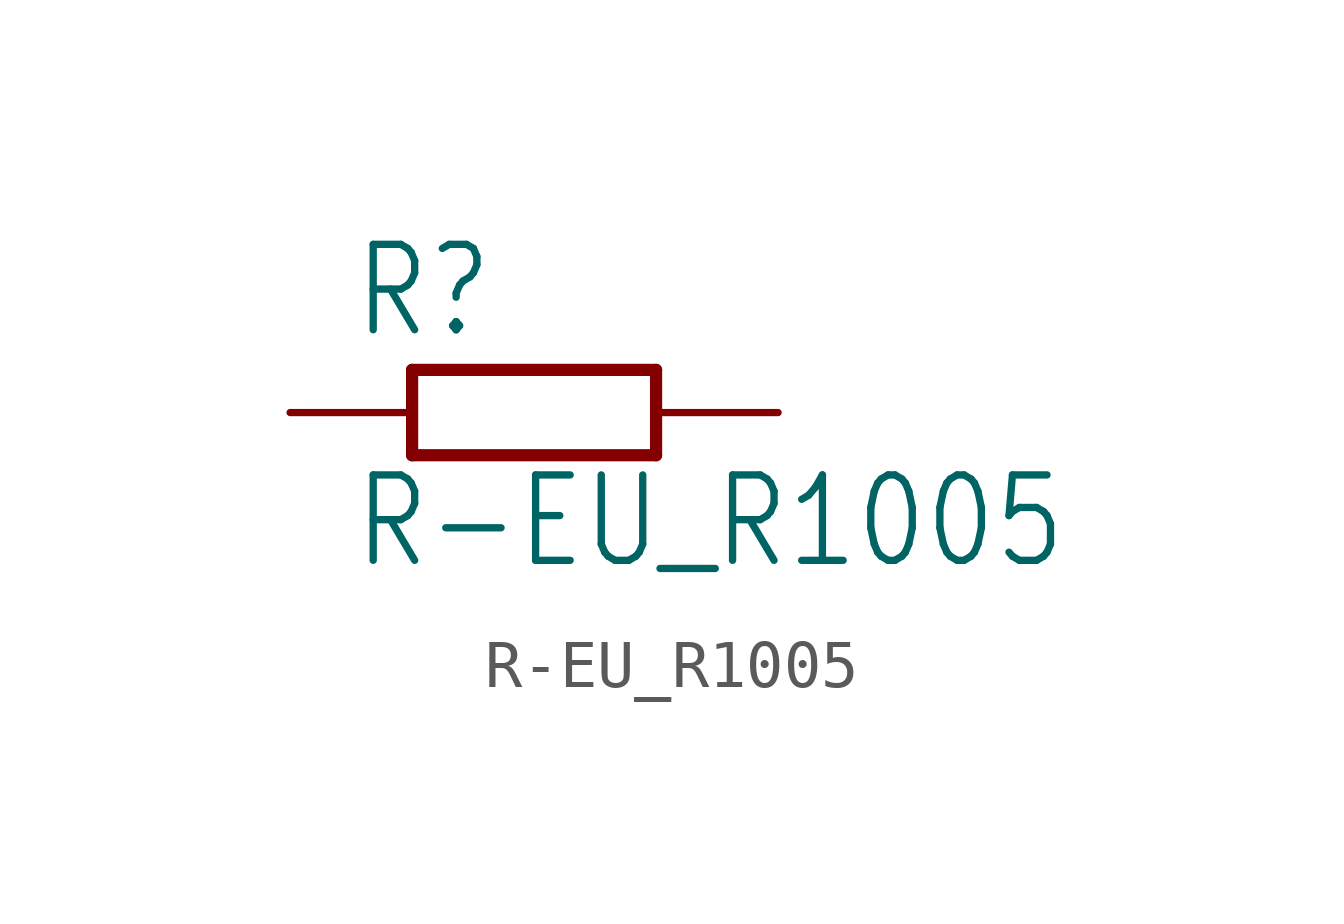
<source format=kicad_sym>
(kicad_symbol_lib
  (version 20211014)
  (generator kicad_symbol_editor)
  (symbol "R-EU_R1005"
    (property "Reference" "R"
      (at -3.81 1.499 0)
      (effects (font (size 1.778 1.511)) (justify left bottom)))
    (property "Value" "R-EU_R1005"
      (at -3.81 -3.302 0)
      (effects (font (size 1.778 1.511)) (justify left bottom)))
    (property "ki_locked" ""
      (at 0 0 0)
      (effects (font (size 1.27 1.27))))
    (symbol "R-EU_R1005_1_0"
      (polyline (pts (xy -2.54 -0.889) (xy -2.54 0.889)) (stroke (width 0.254) (type default) (color 0 0 0 0)) (fill (type none)))
      (polyline (pts (xy -2.54 -0.889) (xy 2.54 -0.889)) (stroke (width 0.254) (type default) (color 0 0 0 0)) (fill (type none)))
      (polyline (pts (xy 2.54 -0.889) (xy 2.54 0.889)) (stroke (width 0.254) (type default) (color 0 0 0 0)) (fill (type none)))
      (polyline (pts (xy 2.54 0.889) (xy -2.54 0.889)) (stroke (width 0.254) (type default) (color 0 0 0 0)) (fill (type none)))
      (pin passive line (at -5.08 0 0) (length 2.54) (name "1" (effects (font (size 0 0)))) (number "1" (effects (font (size 0 0)))))
      (pin passive line (at 5.08 0 180) (length 2.54) (name "2" (effects (font (size 0 0)))) (number "2" (effects (font (size 0 0))))))))
</source>
